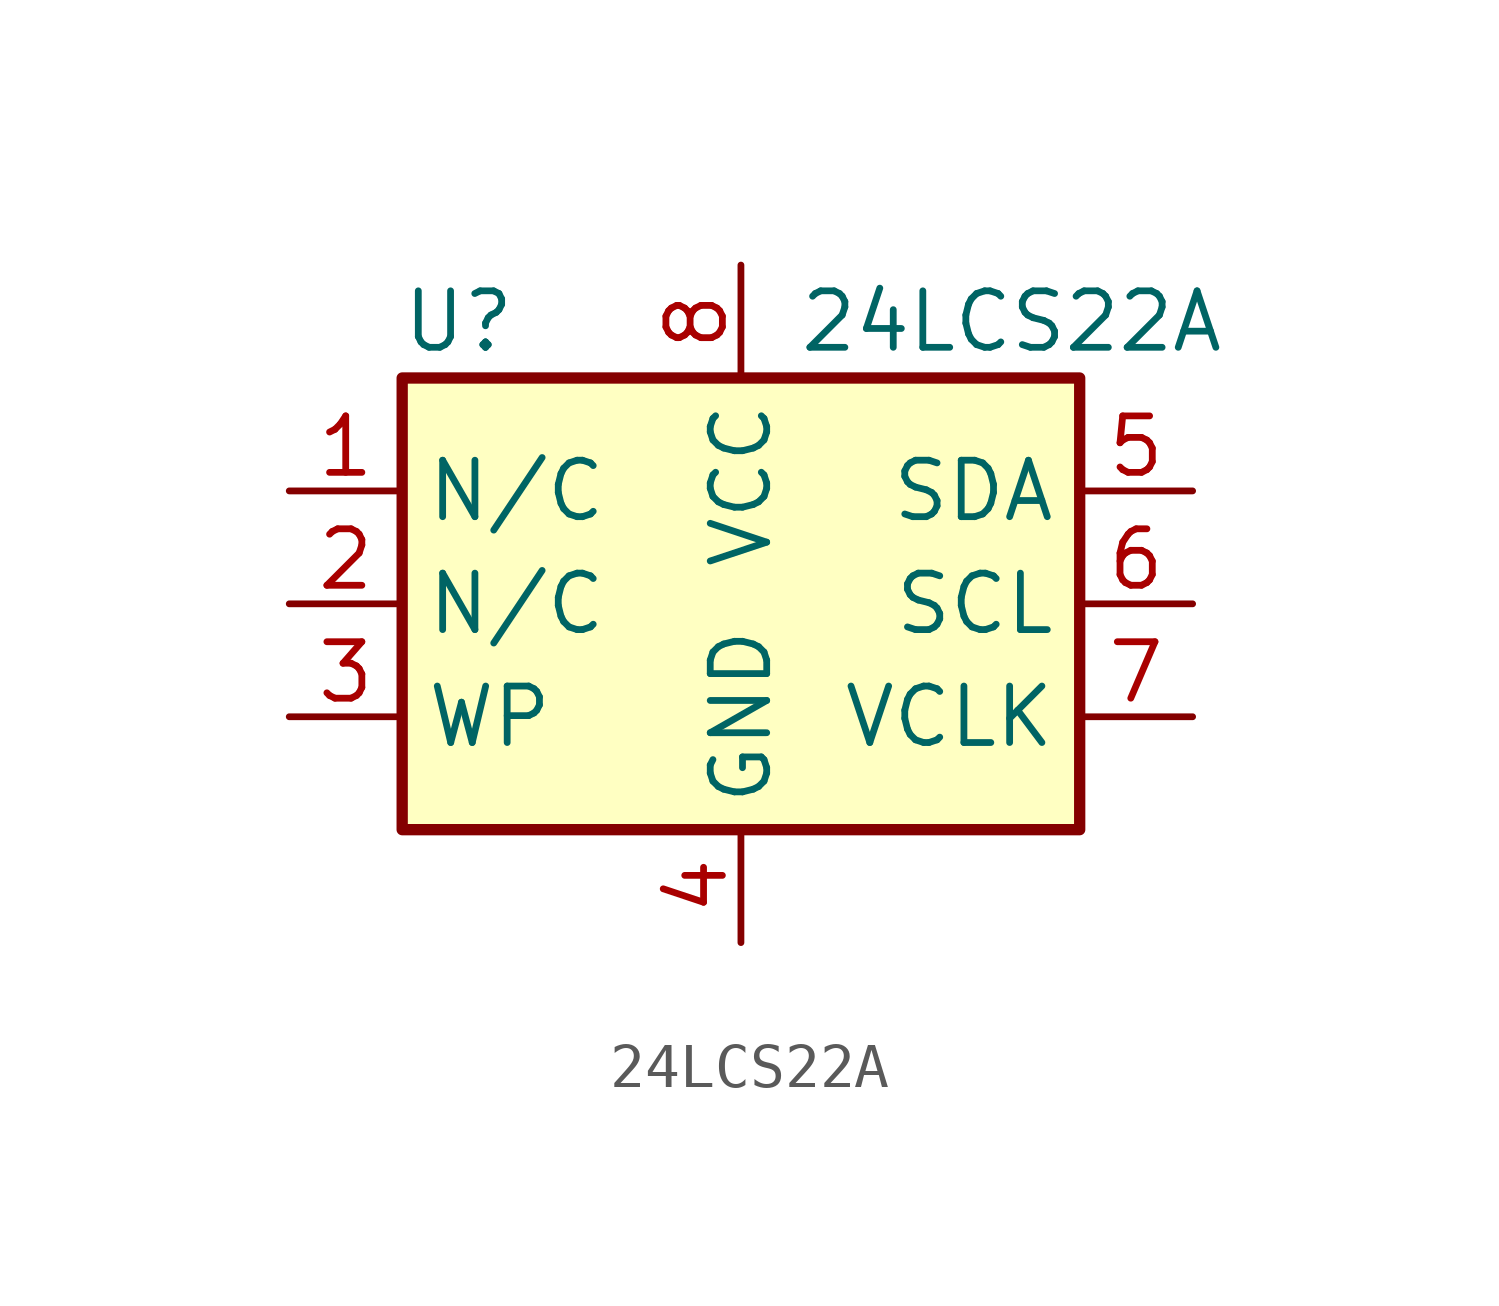
<source format=kicad_sym>
(kicad_symbol_lib
  (version 20231120)
  (generator "kicad_symbol_editor")
  (generator_version "8.0")
  (symbol "24LCS22A"
    (property "Reference" "U"
      (at -6.35 6.35 0)
      (effects (font (size 1.27 1.27))))
    (property "Value" "24LCS22A"
      (at 1.27 6.35 0)
      (effects (font (size 1.27 1.27)) (justify left)))
    (symbol "24LCS22A_1_1"
      (rectangle (start -7.62 5.08) (end 7.62 -5.08) (stroke (width 0.254) (type default)) (fill (type background)))
      (pin free line (at -10.16 2.54 0) (length 2.54) (name "N/C" (effects (font (size 1.27 1.27)))) (number "1" (effects (font (size 1.27 1.27)))))
      (pin free line (at -10.16 0 0) (length 2.54) (name "N/C" (effects (font (size 1.27 1.27)))) (number "2" (effects (font (size 1.27 1.27)))))
      (pin input line (at -10.16 -2.54 0) (length 2.54) (name "WP" (effects (font (size 1.27 1.27)))) (number "3" (effects (font (size 1.27 1.27)))))
      (pin power_in line (at 0 -7.62 90) (length 2.54) (name "GND" (effects (font (size 1.27 1.27)))) (number "4" (effects (font (size 1.27 1.27)))))
      (pin bidirectional line (at 10.16 2.54 180) (length 2.54) (name "SDA" (effects (font (size 1.27 1.27)))) (number "5" (effects (font (size 1.27 1.27)))))
      (pin input line (at 10.16 0 180) (length 2.54) (name "SCL" (effects (font (size 1.27 1.27)))) (number "6" (effects (font (size 1.27 1.27)))))
      (pin input line (at 10.16 -2.54 180) (length 2.54) (name "VCLK" (effects (font (size 1.27 1.27)))) (number "7" (effects (font (size 1.27 1.27)))))
      (pin power_in line (at 0 7.62 270) (length 2.54) (name "VCC" (effects (font (size 1.27 1.27)))) (number "8" (effects (font (size 1.27 1.27))))))))
</source>
